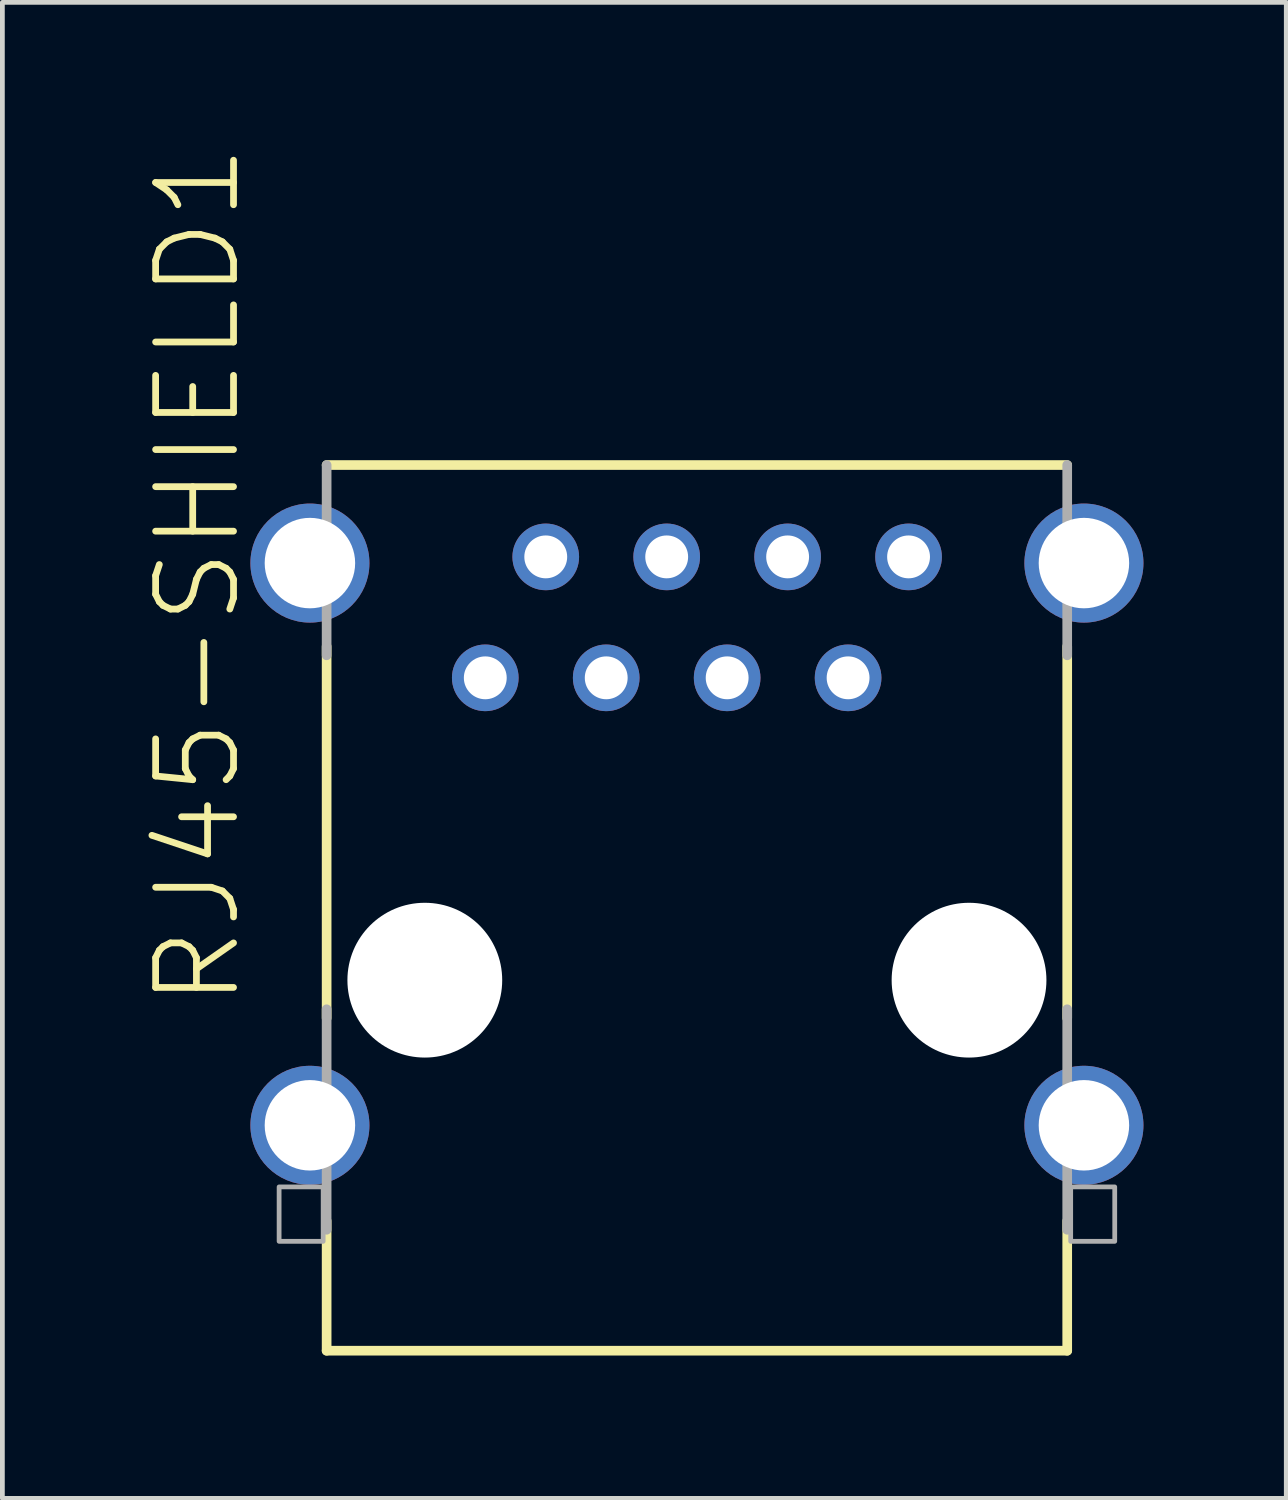
<source format=kicad_pcb>
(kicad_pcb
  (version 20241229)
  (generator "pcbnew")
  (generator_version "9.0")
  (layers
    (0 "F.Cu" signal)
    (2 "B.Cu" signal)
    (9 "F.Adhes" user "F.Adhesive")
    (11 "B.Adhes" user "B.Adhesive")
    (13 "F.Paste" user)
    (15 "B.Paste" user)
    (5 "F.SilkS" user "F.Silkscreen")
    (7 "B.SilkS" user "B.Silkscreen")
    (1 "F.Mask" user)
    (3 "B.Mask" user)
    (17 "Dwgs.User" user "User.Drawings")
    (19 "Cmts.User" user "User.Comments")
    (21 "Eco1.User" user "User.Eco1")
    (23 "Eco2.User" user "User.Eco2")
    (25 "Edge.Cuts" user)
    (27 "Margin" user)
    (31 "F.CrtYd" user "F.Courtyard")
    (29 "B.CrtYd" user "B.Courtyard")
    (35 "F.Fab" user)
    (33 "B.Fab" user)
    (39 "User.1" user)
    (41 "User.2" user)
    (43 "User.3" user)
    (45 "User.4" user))
  (footprint "RJ45-SHIELD1"
    (layer "F.Cu")
    (at 11.587 17.536)
    (property "Reference" "RJ45-SHIELD1" (at -9.525 0.635 90) (layer "F.SilkS") (effects (font (size 1.636 1.636) (thickness 0.142)) (justify left bottom)))
    (fp_line (start -7.777 -10.819) (end 7.777 -10.819) (stroke (width 0.203) (type solid)) (layer "F.SilkS"))
    (fp_line (start -7.777 0.797) (end -7.777 -7.009) (stroke (width 0.203) (type solid)) (layer "F.SilkS"))
    (fp_line (start -7.777 7.782) (end -7.777 5.056) (stroke (width 0.203) (type solid)) (layer "F.SilkS"))
    (fp_line (start 7.777 -7.009) (end 7.777 0.797) (stroke (width 0.203) (type solid)) (layer "F.SilkS"))
    (fp_line (start 7.777 5.056) (end 7.777 7.782) (stroke (width 0.203) (type solid)) (layer "F.SilkS"))
    (fp_line (start 7.777 7.782) (end -7.777 7.782) (stroke (width 0.203) (type solid)) (layer "F.SilkS"))
    (fp_line (start -7.777 -6.823) (end -7.777 -10.819) (stroke (width 0.203) (type solid)) (layer "F.Fab"))
    (fp_line (start -7.777 5.242) (end -7.777 0.611) (stroke (width 0.203) (type solid)) (layer "F.Fab"))
    (fp_line (start 7.777 -10.819) (end 7.777 -6.823) (stroke (width 0.203) (type solid)) (layer "F.Fab"))
    (fp_line (start 7.777 0.611) (end 7.777 5.242) (stroke (width 0.203) (type solid)) (layer "F.Fab"))
    (fp_poly (pts (xy -8.775 5.485) (xy -7.85 5.485) (xy -7.85 4.342) (xy -8.775 4.342)) (stroke (width 0.1) (type default)) (fill no) (layer "F.Fab"))
    (fp_poly (pts (xy 7.85 5.485) (xy 8.775 5.485) (xy 8.775 4.342) (xy 7.85 4.342)) (stroke (width 0.1) (type default)) (fill no) (layer "F.Fab"))
    (pad "" np_thru_hole circle (at -5.715 0) (size 3.251 3.251) (drill 3.251) (layers "*.Cu" "*.Mask"))
    (pad "" np_thru_hole circle (at 5.715 0) (size 3.251 3.251) (drill 3.251) (layers "*.Cu" "*.Mask"))
    (pad "1" thru_hole circle (at -4.445 -6.35) (size 1.4 1.4) (drill 0.9) (layers "*.Cu" "*.Mask"))
    (pad "2" thru_hole circle (at -3.175 -8.89) (size 1.4 1.4) (drill 0.9) (layers "*.Cu" "*.Mask"))
    (pad "3" thru_hole circle (at -1.905 -6.35) (size 1.4 1.4) (drill 0.9) (layers "*.Cu" "*.Mask"))
    (pad "4" thru_hole circle (at -0.635 -8.89) (size 1.4 1.4) (drill 0.9) (layers "*.Cu" "*.Mask"))
    (pad "5" thru_hole circle (at 0.635 -6.35) (size 1.4 1.4) (drill 0.9) (layers "*.Cu" "*.Mask"))
    (pad "6" thru_hole circle (at 1.905 -8.89) (size 1.4 1.4) (drill 0.9) (layers "*.Cu" "*.Mask"))
    (pad "7" thru_hole circle (at 3.175 -6.35) (size 1.4 1.4) (drill 0.9) (layers "*.Cu" "*.Mask"))
    (pad "8" thru_hole circle (at 4.445 -8.89) (size 1.4 1.4) (drill 0.9) (layers "*.Cu" "*.Mask"))
    (pad "S1" thru_hole circle (at -8.128 3.048) (size 2.5 2.5) (drill 1.9) (layers "*.Cu" "*.Mask"))
    (pad "S2" thru_hole circle (at 8.128 3.048) (size 2.5 2.5) (drill 1.9) (layers "*.Cu" "*.Mask"))
    (pad "S3" thru_hole circle (at -8.128 -8.76) (size 2.5 2.5) (drill 1.9) (layers "*.Cu" "*.Mask"))
    (pad "S4" thru_hole circle (at 8.128 -8.76) (size 2.5 2.5) (drill 1.9) (layers "*.Cu" "*.Mask")))
  (gr_rect
    (start -3 -3)
    (end 23.965 28.419)
    (stroke (width 0.1) (type default))
    (fill no)
    (layer "Edge.Cuts")))
</source>
